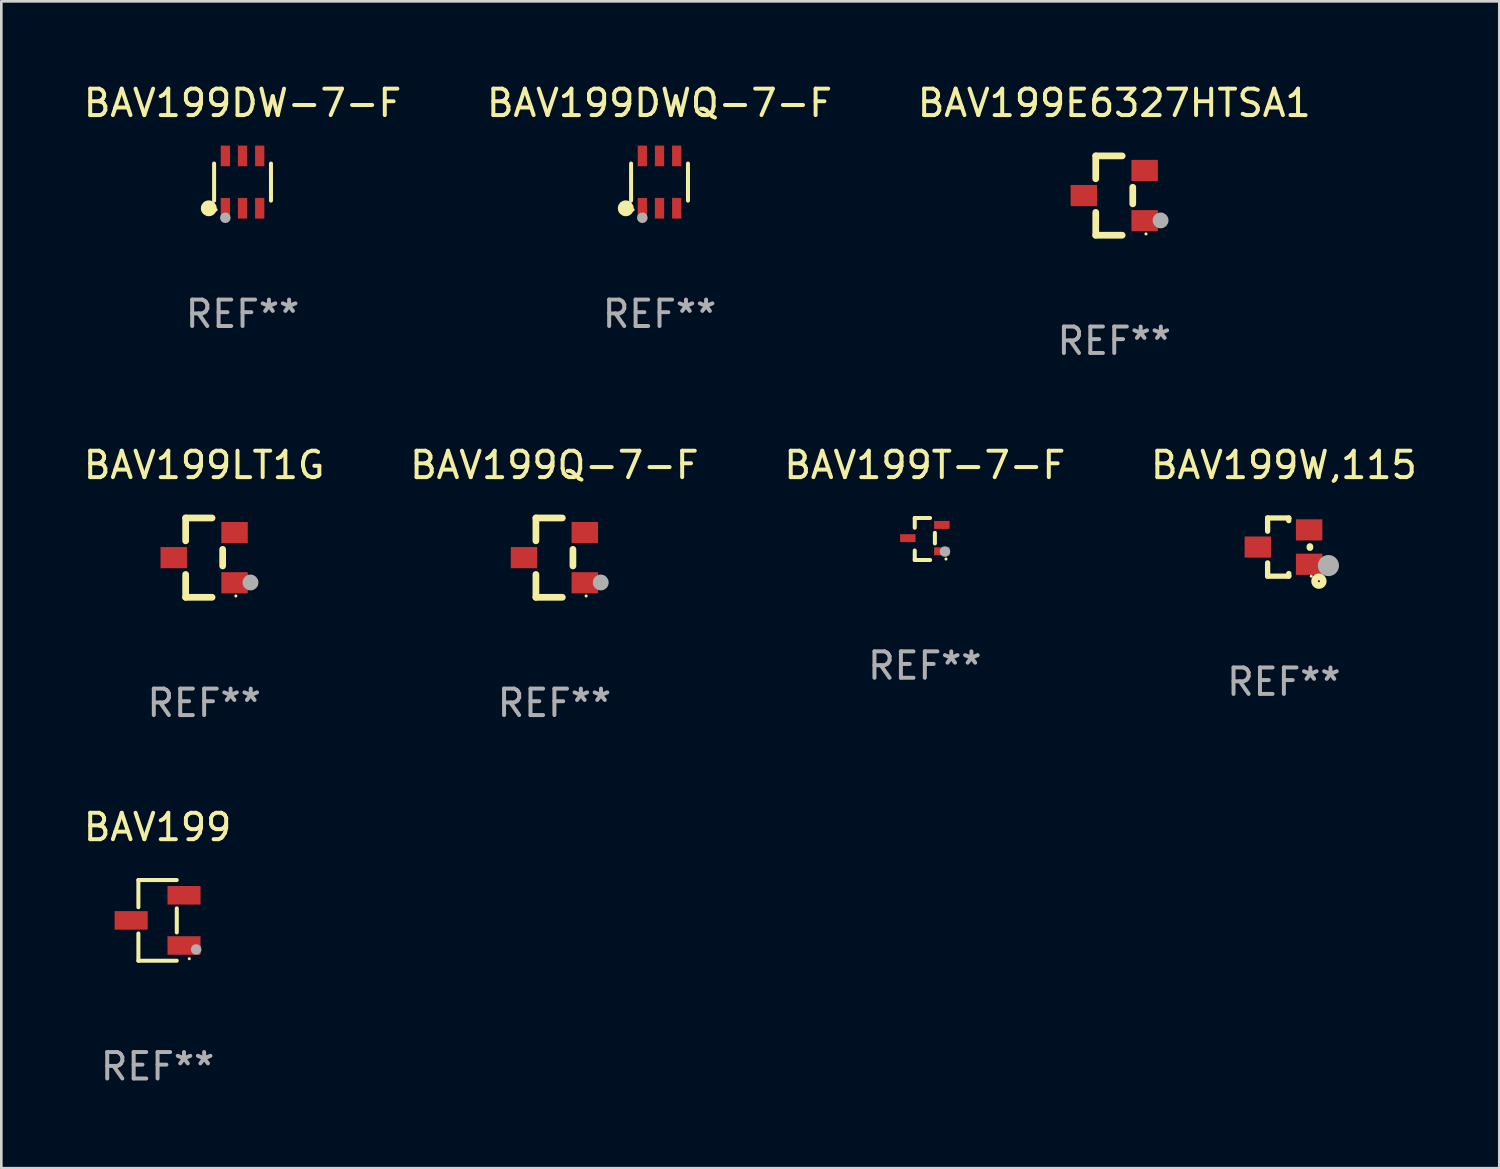
<source format=kicad_pcb>
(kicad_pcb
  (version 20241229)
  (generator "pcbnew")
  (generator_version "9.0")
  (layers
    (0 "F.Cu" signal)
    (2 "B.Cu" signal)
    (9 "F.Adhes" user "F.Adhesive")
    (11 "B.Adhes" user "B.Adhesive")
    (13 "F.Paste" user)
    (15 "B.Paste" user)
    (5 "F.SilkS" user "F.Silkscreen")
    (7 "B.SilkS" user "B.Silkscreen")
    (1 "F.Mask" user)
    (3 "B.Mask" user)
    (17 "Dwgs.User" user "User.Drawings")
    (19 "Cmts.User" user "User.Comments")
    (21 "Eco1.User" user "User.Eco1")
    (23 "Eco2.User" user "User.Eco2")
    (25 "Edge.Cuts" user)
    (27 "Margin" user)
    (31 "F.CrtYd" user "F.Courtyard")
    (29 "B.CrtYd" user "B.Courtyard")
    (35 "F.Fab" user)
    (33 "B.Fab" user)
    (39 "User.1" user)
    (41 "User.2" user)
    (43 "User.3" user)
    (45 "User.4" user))
  (footprint "BAV199DW-7-F"
    (layer "F.Cu")
    (at 6.125 3.838)
    (property "Reference" "BAV199DW-7-F" (at 0 -2.99 0) (layer "F.SilkS") (effects (font (size 1 1) (thickness 0.15))))
    (attr through_hole)
    (fp_line (start -1.076 0.701) (end -1.076 -0.701) (stroke (width 0.152) (type solid)) (layer "F.SilkS"))
    (fp_line (start 1.076 0.701) (end 1.076 -0.701) (stroke (width 0.152) (type solid)) (layer "F.SilkS"))
    (fp_circle (center -1.277 0.992) (end -1.127 0.992) (stroke (width 0.3) (type solid)) (fill no) (layer "F.SilkS"))
    (fp_circle (center -1 1.05) (end -0.97 1.05) (stroke (width 0.06) (type solid)) (fill no) (layer "F.SilkS"))
    (fp_circle (center -0.65 1.35) (end -0.55 1.35) (stroke (width 0.2) (type solid)) (fill no) (layer "F.Fab"))
    (fp_text user "REF**" (at 0 4.99 0) (layer "F.Fab") (effects (font (size 1 1) (thickness 0.15))))
    (pad "1" smd rect (at -0.65 0.99) (size 0.35 0.78) (layers "F.Cu" "F.Mask" "F.Paste"))
    (pad "2" smd rect (at 0 0.99) (size 0.35 0.78) (layers "F.Cu" "F.Mask" "F.Paste"))
    (pad "3" smd rect (at 0.65 0.99) (size 0.35 0.78) (layers "F.Cu" "F.Mask" "F.Paste"))
    (pad "4" smd rect (at 0.65 -0.99) (size 0.35 0.78) (layers "F.Cu" "F.Mask" "F.Paste"))
    (pad "5" smd rect (at 0 -0.99) (size 0.35 0.78) (layers "F.Cu" "F.Mask" "F.Paste"))
    (pad "6" smd rect (at -0.65 -0.99) (size 0.35 0.78) (layers "F.Cu" "F.Mask" "F.Paste")))
  (footprint "BAV199W,115"
    (layer "F.Cu")
    (at 45.518 17.645)
    (property "Reference" "BAV199W,115" (at 0 -3.1 0) (layer "F.SilkS") (effects (font (size 1 1) (thickness 0.15))))
    (attr through_hole)
    (fp_line (start -0.615 -1.1) (end -0.615 -0.599) (stroke (width 0.2) (type solid)) (layer "F.SilkS"))
    (fp_line (start -0.615 1.1) (end -0.615 0.599) (stroke (width 0.2) (type solid)) (layer "F.SilkS"))
    (fp_line (start 0.185 -1.1) (end -0.615 -1.1) (stroke (width 0.2) (type solid)) (layer "F.SilkS"))
    (fp_line (start 0.185 -1.001) (end 0.185 -1.1) (stroke (width 0.2) (type solid)) (layer "F.SilkS"))
    (fp_line (start 0.185 1.001) (end 0.185 1.1) (stroke (width 0.2) (type solid)) (layer "F.SilkS"))
    (fp_line (start 0.185 1.1) (end -0.615 1.1) (stroke (width 0.2) (type solid)) (layer "F.SilkS"))
    (fp_line (start 0.985 0.019) (end 0.985 -0.019) (stroke (width 0.254) (type solid)) (layer "F.SilkS"))
    (fp_circle (center 1.035 1.1) (end 1.065 1.1) (stroke (width 0.06) (type solid)) (fill no) (layer "F.SilkS"))
    (fp_circle (center 1.325 1.29) (end 1.361 1.29) (stroke (width 0.254) (type solid)) (fill no) (layer "F.SilkS"))
    (fp_circle (center 1.685 0.7) (end 1.885 0.7) (stroke (width 0.4) (type solid)) (fill no) (layer "F.Fab"))
    (fp_text user "REF**" (at 0 5.1 0) (layer "F.Fab") (effects (font (size 1 1) (thickness 0.15))))
    (pad "1" smd rect (at 0.955 0.65 90) (size 0.8 1) (layers "F.Cu" "F.Mask" "F.Paste"))
    (pad "2" smd rect (at 0.955 -0.65 90) (size 0.8 1) (layers "F.Cu" "F.Mask" "F.Paste"))
    (pad "3" smd rect (at -0.985 -0.000267 90) (size 0.8 1) (layers "F.Cu" "F.Mask" "F.Paste")))
  (footprint "BAV199"
    (layer "F.Cu")
    (at 2.911 31.767)
    (property "Reference" "BAV199" (at 0 -3.526 0) (layer "F.SilkS") (effects (font (size 1 1) (thickness 0.15))))
    (attr through_hole)
    (fp_line (start -0.726 -1.526) (end -0.726 -0.495) (stroke (width 0.152) (type solid)) (layer "F.SilkS"))
    (fp_line (start -0.726 1.526) (end -0.726 0.495) (stroke (width 0.152) (type solid)) (layer "F.SilkS"))
    (fp_line (start 0.726 -1.526) (end -0.726 -1.526) (stroke (width 0.152) (type solid)) (layer "F.SilkS"))
    (fp_line (start 0.726 -0.455) (end 0.726 0.455) (stroke (width 0.152) (type solid)) (layer "F.SilkS"))
    (fp_line (start 0.726 1.526) (end -0.726 1.526) (stroke (width 0.152) (type solid)) (layer "F.SilkS"))
    (fp_circle (center 1.2 1.45) (end 1.23 1.45) (stroke (width 0.06) (type solid)) (fill no) (layer "F.SilkS"))
    (fp_circle (center 1.46 1.1) (end 1.56 1.1) (stroke (width 0.2) (type solid)) (fill no) (layer "F.Fab"))
    (fp_text user "REF**" (at 0 5.526 0) (layer "F.Fab") (effects (font (size 1 1) (thickness 0.15))))
    (pad "1" smd rect (at 1 0.95) (size 1.25 0.7) (layers "F.Cu" "F.Mask" "F.Paste"))
    (pad "2" smd rect (at 1 -0.95) (size 1.25 0.7) (layers "F.Cu" "F.Mask" "F.Paste"))
    (pad "3" smd rect (at -1 0) (size 1.25 0.7) (layers "F.Cu" "F.Mask" "F.Paste")))
  (footprint "BAV199LT1G"
    (layer "F.Cu")
    (at 4.673 18.045)
    (property "Reference" "BAV199LT1G" (at 0 -3.5 0) (layer "F.SilkS") (effects (font (size 1 1) (thickness 0.15))))
    (attr through_hole)
    (fp_line (start -0.7 -1.5) (end 0.3 -1.5) (stroke (width 0.254) (type solid)) (layer "F.SilkS"))
    (fp_line (start -0.7 -0.636) (end -0.7 -1.5) (stroke (width 0.254) (type solid)) (layer "F.SilkS"))
    (fp_line (start -0.7 1.5) (end -0.7 0.636) (stroke (width 0.254) (type solid)) (layer "F.SilkS"))
    (fp_line (start -0.7 1.5) (end 0.3 1.5) (stroke (width 0.254) (type solid)) (layer "F.SilkS"))
    (fp_line (start 0.7 0.314) (end 0.7 -0.314) (stroke (width 0.254) (type solid)) (layer "F.SilkS"))
    (fp_circle (center 1.2 1.45) (end 1.23 1.45) (stroke (width 0.06) (type solid)) (fill no) (layer "F.SilkS"))
    (fp_circle (center 1.753 0.94) (end 1.903 0.94) (stroke (width 0.3) (type solid)) (fill no) (layer "F.Fab"))
    (fp_text user "REF**" (at 0 5.5 0) (layer "F.Fab") (effects (font (size 1 1) (thickness 0.15))))
    (pad "1" smd rect (at 1.15 0.95 180) (size 1 0.8) (layers "F.Cu" "F.Mask" "F.Paste"))
    (pad "2" smd rect (at 1.15 -0.95 180) (size 1 0.8) (layers "F.Cu" "F.Mask" "F.Paste"))
    (pad "3" smd rect (at -1.15 -0.000051 180) (size 1 0.8) (layers "F.Cu" "F.Mask" "F.Paste")))
  (footprint "BAV199E6327HTSA1"
    (layer "F.Cu")
    (at 39.101 4.348)
    (property "Reference" "BAV199E6327HTSA1" (at 0 -3.5 0) (layer "F.SilkS") (effects (font (size 1 1) (thickness 0.15))))
    (attr through_hole)
    (fp_line (start -0.7 -1.5) (end 0.3 -1.5) (stroke (width 0.254) (type solid)) (layer "F.SilkS"))
    (fp_line (start -0.7 -0.636) (end -0.7 -1.5) (stroke (width 0.254) (type solid)) (layer "F.SilkS"))
    (fp_line (start -0.7 1.5) (end -0.7 0.636) (stroke (width 0.254) (type solid)) (layer "F.SilkS"))
    (fp_line (start -0.7 1.5) (end 0.3 1.5) (stroke (width 0.254) (type solid)) (layer "F.SilkS"))
    (fp_line (start 0.7 0.314) (end 0.7 -0.314) (stroke (width 0.254) (type solid)) (layer "F.SilkS"))
    (fp_circle (center 1.2 1.45) (end 1.23 1.45) (stroke (width 0.06) (type solid)) (fill no) (layer "F.SilkS"))
    (fp_circle (center 1.753 0.94) (end 1.903 0.94) (stroke (width 0.3) (type solid)) (fill no) (layer "F.Fab"))
    (fp_text user "REF**" (at 0 5.5 0) (layer "F.Fab") (effects (font (size 1 1) (thickness 0.15))))
    (pad "1" smd rect (at 1.15 0.95 180) (size 1 0.8) (layers "F.Cu" "F.Mask" "F.Paste"))
    (pad "2" smd rect (at 1.15 -0.95 180) (size 1 0.8) (layers "F.Cu" "F.Mask" "F.Paste"))
    (pad "3" smd rect (at -1.15 -0.000051 180) (size 1 0.8) (layers "F.Cu" "F.Mask" "F.Paste")))
  (footprint "BAV199Q-7-F"
    (layer "F.Cu")
    (at 17.923 18.045)
    (property "Reference" "BAV199Q-7-F" (at 0 -3.5 0) (layer "F.SilkS") (effects (font (size 1 1) (thickness 0.15))))
    (attr through_hole)
    (fp_line (start -0.7 -1.5) (end 0.3 -1.5) (stroke (width 0.254) (type solid)) (layer "F.SilkS"))
    (fp_line (start -0.7 -0.636) (end -0.7 -1.5) (stroke (width 0.254) (type solid)) (layer "F.SilkS"))
    (fp_line (start -0.7 1.5) (end -0.7 0.636) (stroke (width 0.254) (type solid)) (layer "F.SilkS"))
    (fp_line (start -0.7 1.5) (end 0.3 1.5) (stroke (width 0.254) (type solid)) (layer "F.SilkS"))
    (fp_line (start 0.7 0.314) (end 0.7 -0.314) (stroke (width 0.254) (type solid)) (layer "F.SilkS"))
    (fp_circle (center 1.2 1.45) (end 1.23 1.45) (stroke (width 0.06) (type solid)) (fill no) (layer "F.SilkS"))
    (fp_circle (center 1.753 0.94) (end 1.903 0.94) (stroke (width 0.3) (type solid)) (fill no) (layer "F.Fab"))
    (fp_text user "REF**" (at 0 5.5 0) (layer "F.Fab") (effects (font (size 1 1) (thickness 0.15))))
    (pad "1" smd rect (at 1.15 0.95 180) (size 1 0.8) (layers "F.Cu" "F.Mask" "F.Paste"))
    (pad "2" smd rect (at 1.15 -0.95 180) (size 1 0.8) (layers "F.Cu" "F.Mask" "F.Paste"))
    (pad "3" smd rect (at -1.15 -0.000051 180) (size 1 0.8) (layers "F.Cu" "F.Mask" "F.Paste")))
  (footprint "BAV199T-7-F"
    (layer "F.Cu")
    (at 31.935 17.34)
    (property "Reference" "BAV199T-7-F" (at 0 -2.795 0) (layer "F.SilkS") (effects (font (size 1 1) (thickness 0.15))))
    (attr through_hole)
    (fp_line (start -0.381 -0.795) (end -0.381 -0.426) (stroke (width 0.152) (type solid)) (layer "F.SilkS"))
    (fp_line (start -0.381 0.436) (end -0.381 0.795) (stroke (width 0.152) (type solid)) (layer "F.SilkS"))
    (fp_line (start -0.381 0.795) (end 0.201 0.795) (stroke (width 0.152) (type solid)) (layer "F.SilkS"))
    (fp_line (start 0.199 -0.795) (end -0.381 -0.795) (stroke (width 0.152) (type solid)) (layer "F.SilkS"))
    (fp_line (start 0.381 0.167) (end 0.381 -0.233) (stroke (width 0.152) (type solid)) (layer "F.SilkS"))
    (fp_circle (center 0.8 0.757) (end 0.83 0.757) (stroke (width 0.06) (type solid)) (fill no) (layer "F.SilkS"))
    (fp_circle (center 0.762 0.475) (end 0.862 0.475) (stroke (width 0.2) (type solid)) (fill no) (layer "F.Fab"))
    (fp_text user "REF**" (at 0 4.795 0) (layer "F.Fab") (effects (font (size 1 1) (thickness 0.15))))
    (pad "1" smd rect (at 0.643 0.467) (size 0.585 0.301) (layers "F.Cu" "F.Mask" "F.Paste"))
    (pad "2" smd rect (at 0.643 -0.533) (size 0.585 0.301) (layers "F.Cu" "F.Mask" "F.Paste"))
    (pad "3" smd rect (at -0.643 -0.033) (size 0.585 0.301) (layers "F.Cu" "F.Mask" "F.Paste")))
  (footprint "BAV199DWQ-7-F"
    (layer "F.Cu")
    (at 21.899 3.838)
    (property "Reference" "BAV199DWQ-7-F" (at 0 -2.99 0) (layer "F.SilkS") (effects (font (size 1 1) (thickness 0.15))))
    (attr through_hole)
    (fp_line (start -1.076 0.701) (end -1.076 -0.701) (stroke (width 0.152) (type solid)) (layer "F.SilkS"))
    (fp_line (start 1.076 0.701) (end 1.076 -0.701) (stroke (width 0.152) (type solid)) (layer "F.SilkS"))
    (fp_circle (center -1.277 0.992) (end -1.127 0.992) (stroke (width 0.3) (type solid)) (fill no) (layer "F.SilkS"))
    (fp_circle (center -1 1.05) (end -0.97 1.05) (stroke (width 0.06) (type solid)) (fill no) (layer "F.SilkS"))
    (fp_circle (center -0.65 1.35) (end -0.55 1.35) (stroke (width 0.2) (type solid)) (fill no) (layer "F.Fab"))
    (fp_text user "REF**" (at 0 4.99 0) (layer "F.Fab") (effects (font (size 1 1) (thickness 0.15))))
    (pad "1" smd rect (at -0.65 0.99) (size 0.35 0.78) (layers "F.Cu" "F.Mask" "F.Paste"))
    (pad "2" smd rect (at 0 0.99) (size 0.35 0.78) (layers "F.Cu" "F.Mask" "F.Paste"))
    (pad "3" smd rect (at 0.65 0.99) (size 0.35 0.78) (layers "F.Cu" "F.Mask" "F.Paste"))
    (pad "4" smd rect (at 0.65 -0.99) (size 0.35 0.78) (layers "F.Cu" "F.Mask" "F.Paste"))
    (pad "5" smd rect (at 0 -0.99) (size 0.35 0.78) (layers "F.Cu" "F.Mask" "F.Paste"))
    (pad "6" smd rect (at -0.65 -0.99) (size 0.35 0.78) (layers "F.Cu" "F.Mask" "F.Paste")))
  (gr_rect
    (start -3 -3)
    (end 53.667 41.142)
    (stroke (width 0.1) (type default))
    (fill no)
    (layer "Edge.Cuts")))
</source>
